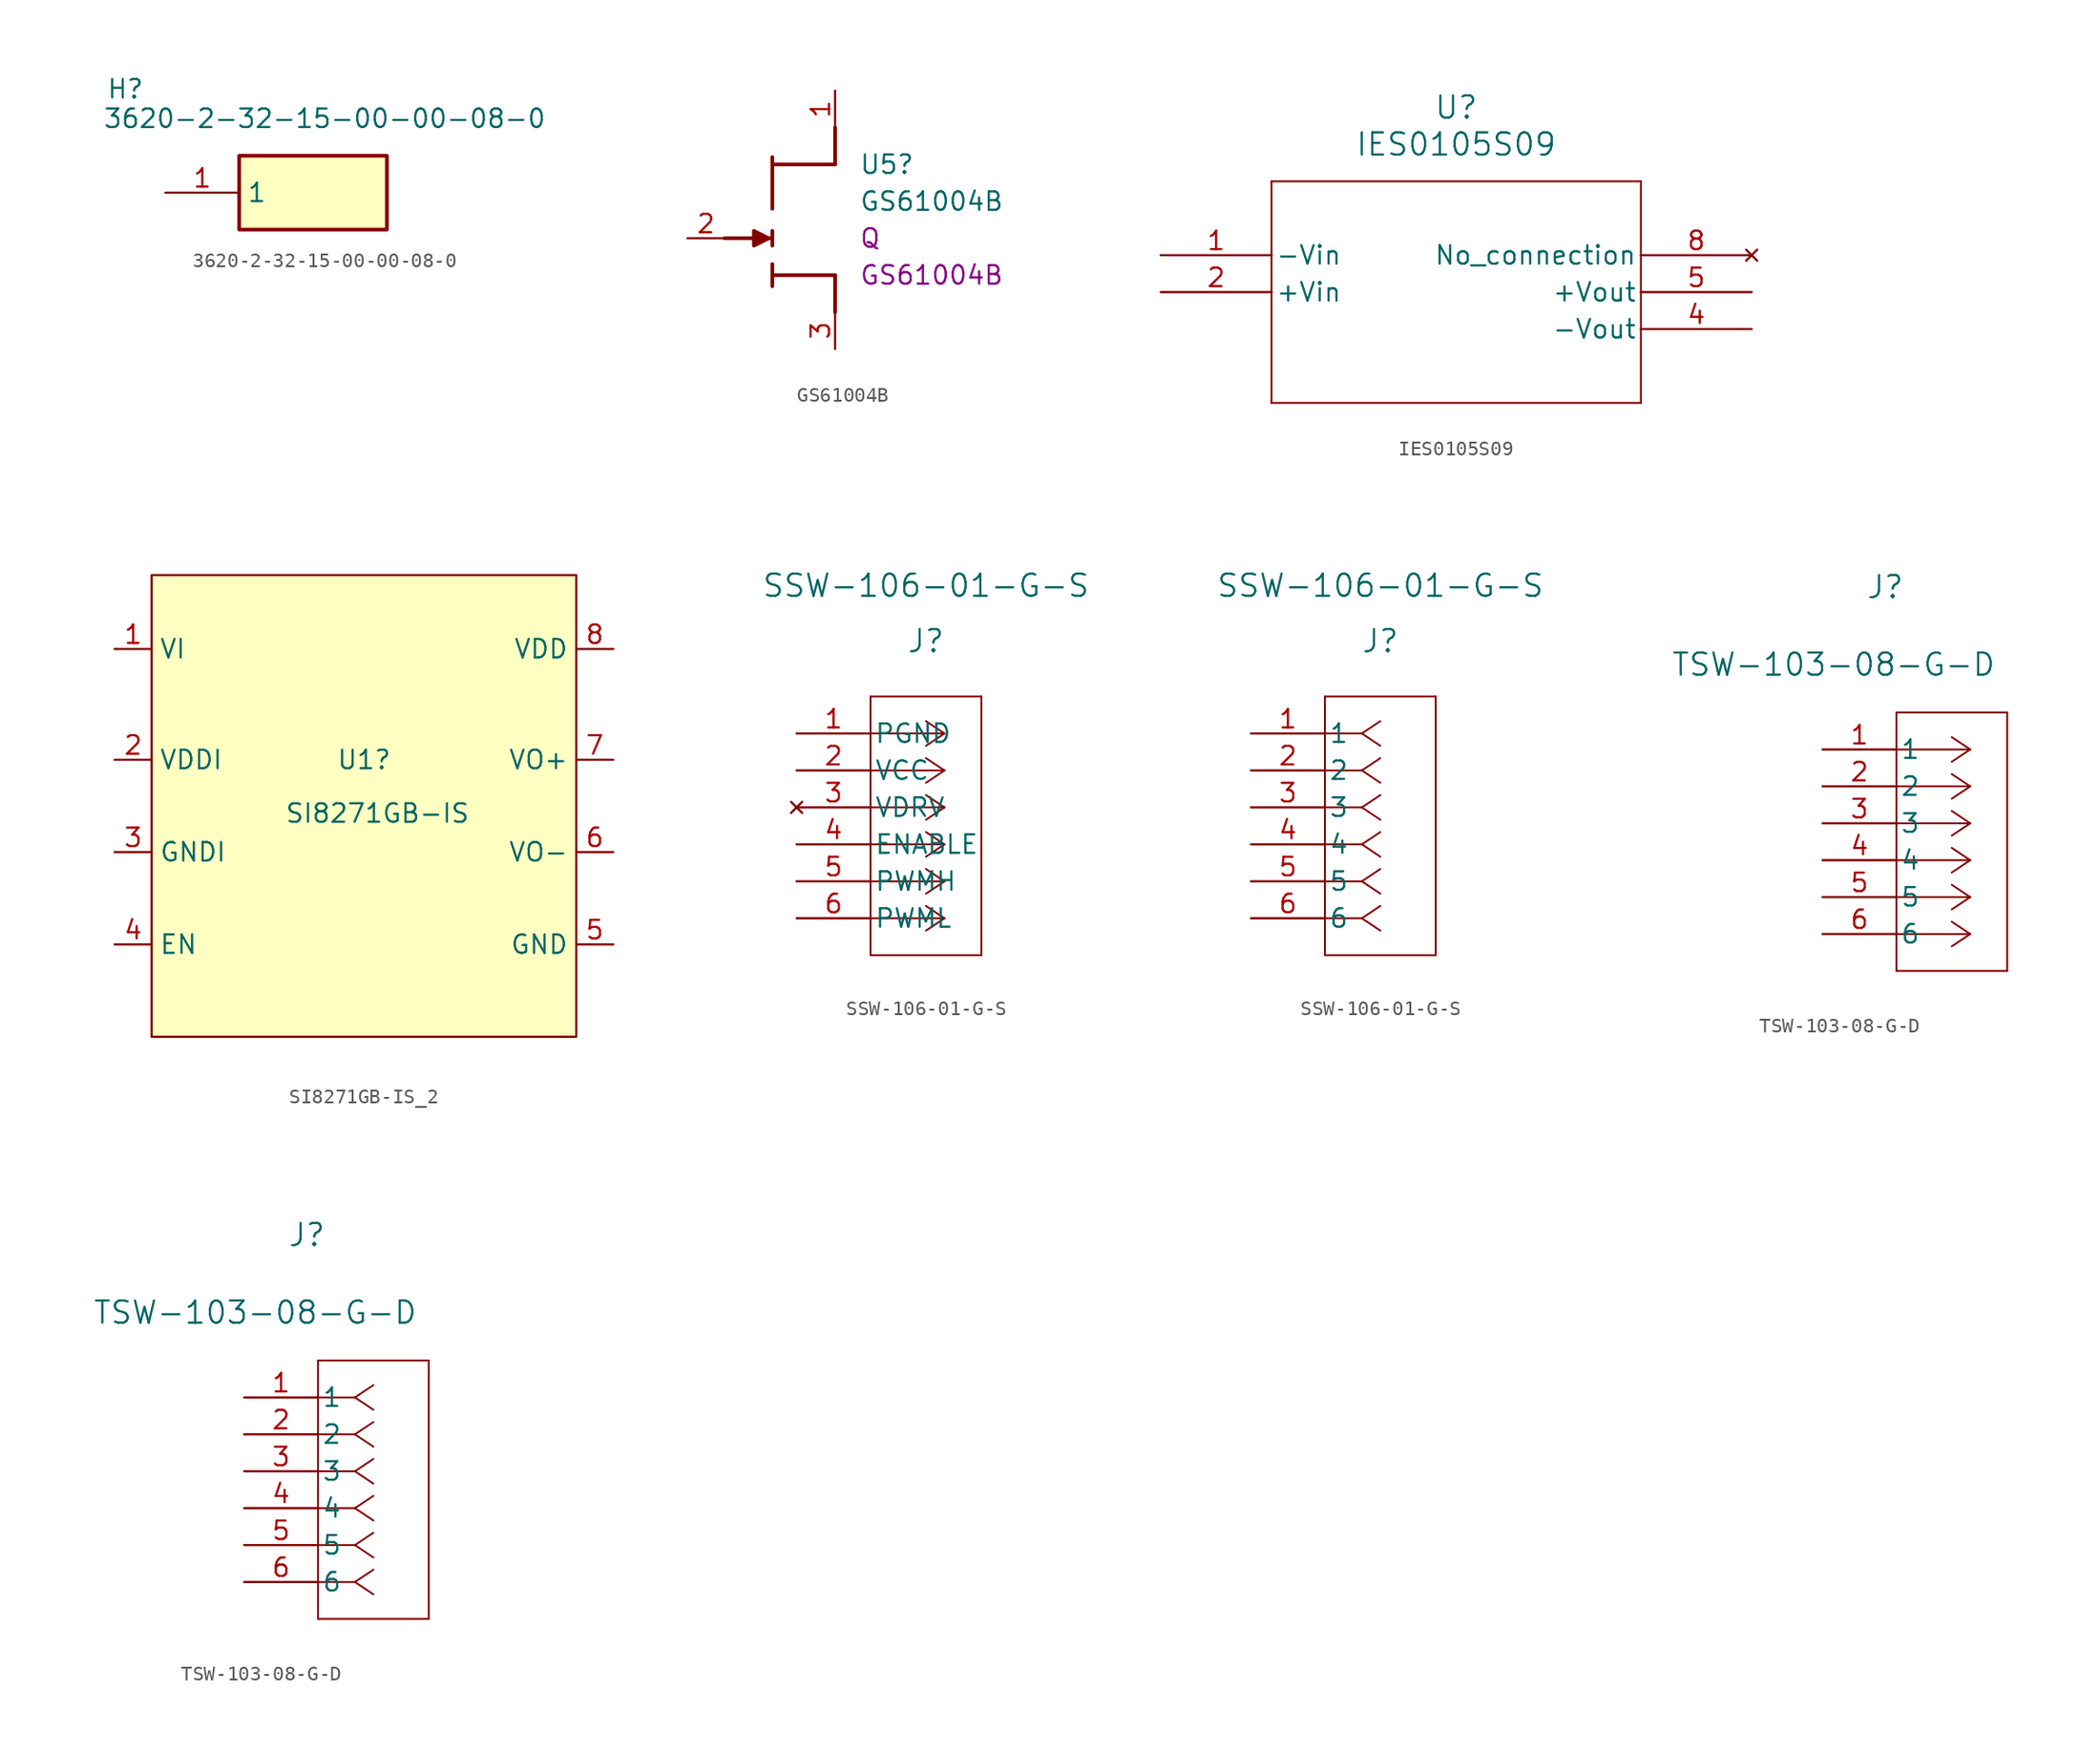
<source format=kicad_sym>
(kicad_symbol_lib
  (version 20231120)
  (generator "kicad_symbol_editor")
  (generator_version "8.0")
  (symbol "3620-2-32-15-00-00-08-0"
    (property "Reference" "H"
      (at -4.064 7.874 0)
      (effects (font (size 1.27 1.27)) (justify left top)))
    (property "Value" "3620-2-32-15-00-00-08-0"
      (at -4.318 5.842 0)
      (effects (font (size 1.27 1.27)) (justify left top)))
    (symbol "3620-2-32-15-00-00-08-0_1_1"
      (rectangle (start 5.08 2.54) (end 15.24 -2.54) (stroke (width 0.254) (type default)) (fill (type background)))
      (pin passive line (at 0 0 0) (length 5.08) (name "1" (effects (font (size 1.27 1.27)))) (number "1" (effects (font (size 1.27 1.27)))))))
  (symbol "GS61004B"
    (pin_names hide)
    (property "Reference" "U5"
      (at 9.271 5.08 0)
      (effects (font (size 1.27 1.27)) (justify left)))
    (property "Value" "GS61004B"
      (at 9.271 2.54 0)
      (effects (font (size 1.27 1.27)) (justify left)))
    (property "Reference_1" "Q"
      (at 9.271 0.0001 0)
      (effects (font (size 1.27 1.27)) (justify left)))
    (property "Value_1" "GS61004B"
      (at 9.271 -2.54 0)
      (effects (font (size 1.27 1.27)) (justify left)))
    (symbol "GS61004B_1_1"
      (polyline (pts (xy 0 0) (xy 3.302 0)) (stroke (width 0.254) (type default)) (fill (type none)))
      (polyline (pts (xy 3.302 -3.302) (xy 3.302 -1.778)) (stroke (width 0.254) (type default)) (fill (type none)))
      (polyline (pts (xy 3.302 -2.54) (xy 7.62 -2.54)) (stroke (width 0.254) (type default)) (fill (type none)))
      (polyline (pts (xy 3.302 -0.508) (xy 3.302 0.508)) (stroke (width 0.254) (type default)) (fill (type none)))
      (polyline (pts (xy 3.302 5.588) (xy 3.302 2.032)) (stroke (width 0.254) (type default)) (fill (type none)))
      (polyline (pts (xy 7.62 -2.54) (xy 7.62 -5.08)) (stroke (width 0.254) (type default)) (fill (type none)))
      (polyline (pts (xy 7.62 5.08) (xy 3.302 5.08)) (stroke (width 0.254) (type default)) (fill (type none)))
      (polyline (pts (xy 7.62 5.08) (xy 7.62 7.62)) (stroke (width 0.254) (type default)) (fill (type none)))
      (polyline (pts (xy 3.048 0) (xy 2.032 -0.508) (xy 2.032 0.508) (xy 3.048 0)) (stroke (width 0.254) (type default)) (fill (type outline)))
      (pin passive line (at 7.62 10.16 270) (length 2.54) (name "D" (effects (font (size 1.27 1.27)))) (number "1" (effects (font (size 1.27 1.27)))))
      (pin passive line (at -2.54 0 0) (length 2.54) (name "G" (effects (font (size 1.27 1.27)))) (number "2" (effects (font (size 1.27 1.27)))))
      (pin passive line (at 7.62 -7.62 90) (length 2.54) (name "S" (effects (font (size 1.27 1.27)))) (number "3" (effects (font (size 1.27 1.27)))))))
  (symbol "IES0105S09"
    (pin_names
      (offset 0.254))
    (property "Reference" "U"
      (at 20.32 10.16 0)
      (effects (font (size 1.524 1.524))))
    (property "Value" "IES0105S09"
      (at 20.32 7.62 0)
      (effects (font (size 1.524 1.524))))
    (property "ki_locked" ""
      (at 0 0 0)
      (effects (font (size 1.27 1.27))))
    (symbol "IES0105S09_0_1"
      (polyline (pts (xy 7.62 -10.16) (xy 33.02 -10.16)) (stroke (width 0.127) (type default)) (fill (type none)))
      (polyline (pts (xy 7.62 5.08) (xy 7.62 -10.16)) (stroke (width 0.127) (type default)) (fill (type none)))
      (polyline (pts (xy 33.02 -10.16) (xy 33.02 5.08)) (stroke (width 0.127) (type default)) (fill (type none)))
      (polyline (pts (xy 33.02 5.08) (xy 7.62 5.08)) (stroke (width 0.127) (type default)) (fill (type none))))
    (symbol "IES0105S09_1_1"
      (pin input line (at 0 0 0) (length 7.62) (name "-Vin" (effects (font (size 1.27 1.27)))) (number "1" (effects (font (size 1.27 1.27)))))
      (pin unspecified line (at 0 -2.54 0) (length 7.62) (name "+Vin" (effects (font (size 1.27 1.27)))) (number "2" (effects (font (size 1.27 1.27)))))
      (pin output line (at 40.64 -5.08 180) (length 7.62) (name "-Vout" (effects (font (size 1.27 1.27)))) (number "4" (effects (font (size 1.27 1.27)))))
      (pin output line (at 40.64 -2.54 180) (length 7.62) (name "+Vout" (effects (font (size 1.27 1.27)))) (number "5" (effects (font (size 1.27 1.27)))))
      (pin no_connect line (at 40.64 0 180) (length 7.62) (name "No_connection" (effects (font (size 1.27 1.27)))) (number "8" (effects (font (size 1.27 1.27)))))))
  (symbol "SI8271GB-IS_2"
    (property "Reference" "U1"
      (at -10.16 11.43 0)
      (effects (font (size 1.27 1.27)) (justify left)))
    (property "Value" "SI8271GB-IS"
      (at -13.716 7.747 0)
      (effects (font (size 1.27 1.27)) (justify left)))
    (symbol "SI8271GB-IS_2_0_1"
      (rectangle (start -22.86 24.13) (end 6.35 -7.62) (stroke (width 0) (type default)) (fill (type background))))
    (symbol "SI8271GB-IS_2_1_1"
      (pin input line (at -25.4 19.05 0) (length 2.54) (name "VI" (effects (font (size 1.27 1.27)))) (number "1" (effects (font (size 1.27 1.27)))))
      (pin input line (at -25.4 11.43 0) (length 2.54) (name "VDDI" (effects (font (size 1.27 1.27)))) (number "2" (effects (font (size 1.27 1.27)))))
      (pin input line (at -25.4 5.08 0) (length 2.54) (name "GNDI" (effects (font (size 1.27 1.27)))) (number "3" (effects (font (size 1.27 1.27)))))
      (pin input line (at -25.4 -1.27 0) (length 2.54) (name "EN" (effects (font (size 1.27 1.27)))) (number "4" (effects (font (size 1.27 1.27)))))
      (pin output line (at 8.89 -1.27 180) (length 2.54) (name "GND" (effects (font (size 1.27 1.27)))) (number "5" (effects (font (size 1.27 1.27)))))
      (pin output line (at 8.89 5.08 180) (length 2.54) (name "VO-" (effects (font (size 1.27 1.27)))) (number "6" (effects (font (size 1.27 1.27)))))
      (pin output line (at 8.89 11.43 180) (length 2.54) (name "VO+" (effects (font (size 1.27 1.27)))) (number "7" (effects (font (size 1.27 1.27)))))
      (pin output line (at 8.89 19.05 180) (length 2.54) (name "VDD" (effects (font (size 1.27 1.27)))) (number "8" (effects (font (size 1.27 1.27)))))))
  (symbol "SSW-106-01-G-S"
    (pin_names
      (offset 0.254))
    (property "Reference" "J"
      (at 8.89 6.35 0)
      (effects (font (size 1.524 1.524))))
    (property "Value" "SSW-106-01-G-S"
      (at 8.89 10.16 0)
      (effects (font (size 1.524 1.524))))
    (property "ki_locked" ""
      (at 0 0 0)
      (effects (font (size 1.27 1.27))))
    (symbol "SSW-106-01-G-S_1_1"
      (polyline (pts (xy 5.08 -15.24) (xy 12.7 -15.24)) (stroke (width 0.127) (type default)) (fill (type none)))
      (polyline (pts (xy 5.08 2.54) (xy 5.08 -15.24)) (stroke (width 0.127) (type default)) (fill (type none)))
      (polyline (pts (xy 10.16 -12.7) (xy 5.08 -12.7)) (stroke (width 0.127) (type default)) (fill (type none)))
      (polyline (pts (xy 10.16 -12.7) (xy 8.89 -13.547)) (stroke (width 0.127) (type default)) (fill (type none)))
      (polyline (pts (xy 10.16 -12.7) (xy 8.89 -11.853)) (stroke (width 0.127) (type default)) (fill (type none)))
      (polyline (pts (xy 10.16 -10.16) (xy 5.08 -10.16)) (stroke (width 0.127) (type default)) (fill (type none)))
      (polyline (pts (xy 10.16 -10.16) (xy 8.89 -11.007)) (stroke (width 0.127) (type default)) (fill (type none)))
      (polyline (pts (xy 10.16 -10.16) (xy 8.89 -9.313)) (stroke (width 0.127) (type default)) (fill (type none)))
      (polyline (pts (xy 10.16 -7.62) (xy 5.08 -7.62)) (stroke (width 0.127) (type default)) (fill (type none)))
      (polyline (pts (xy 10.16 -7.62) (xy 8.89 -8.467)) (stroke (width 0.127) (type default)) (fill (type none)))
      (polyline (pts (xy 10.16 -7.62) (xy 8.89 -6.773)) (stroke (width 0.127) (type default)) (fill (type none)))
      (polyline (pts (xy 10.16 -5.08) (xy 5.08 -5.08)) (stroke (width 0.127) (type default)) (fill (type none)))
      (polyline (pts (xy 10.16 -5.08) (xy 8.89 -5.927)) (stroke (width 0.127) (type default)) (fill (type none)))
      (polyline (pts (xy 10.16 -5.08) (xy 8.89 -4.233)) (stroke (width 0.127) (type default)) (fill (type none)))
      (polyline (pts (xy 10.16 -2.54) (xy 5.08 -2.54)) (stroke (width 0.127) (type default)) (fill (type none)))
      (polyline (pts (xy 10.16 -2.54) (xy 8.89 -3.387)) (stroke (width 0.127) (type default)) (fill (type none)))
      (polyline (pts (xy 10.16 -2.54) (xy 8.89 -1.693)) (stroke (width 0.127) (type default)) (fill (type none)))
      (polyline (pts (xy 10.16 0) (xy 5.08 0)) (stroke (width 0.127) (type default)) (fill (type none)))
      (polyline (pts (xy 10.16 0) (xy 8.89 -0.847)) (stroke (width 0.127) (type default)) (fill (type none)))
      (polyline (pts (xy 10.16 0) (xy 8.89 0.847)) (stroke (width 0.127) (type default)) (fill (type none)))
      (polyline (pts (xy 12.7 -15.24) (xy 12.7 2.54)) (stroke (width 0.127) (type default)) (fill (type none)))
      (polyline (pts (xy 12.7 2.54) (xy 5.08 2.54)) (stroke (width 0.127) (type default)) (fill (type none)))
      (pin input line (at 0 0 0) (length 5.08) (name "PGND" (effects (font (size 1.27 1.27)))) (number "1" (effects (font (size 1.27 1.27)))))
      (pin input line (at 0 -2.54 0) (length 5.08) (name "VCC" (effects (font (size 1.27 1.27)))) (number "2" (effects (font (size 1.27 1.27)))))
      (pin no_connect line (at 0 -5.08 0) (length 5.08) (name "VDRV" (effects (font (size 1.27 1.27)))) (number "3" (effects (font (size 1.27 1.27)))))
      (pin input line (at 0 -7.62 0) (length 5.08) (name "ENABLE" (effects (font (size 1.27 1.27)))) (number "4" (effects (font (size 1.27 1.27)))))
      (pin input line (at 0 -10.16 0) (length 5.08) (name "PWMH" (effects (font (size 1.27 1.27)))) (number "5" (effects (font (size 1.27 1.27)))))
      (pin input line (at 0 -12.7 0) (length 5.08) (name "PWML" (effects (font (size 1.27 1.27)))) (number "6" (effects (font (size 1.27 1.27))))))
    (symbol "SSW-106-01-G-S_1_2"
      (polyline (pts (xy 5.08 -15.24) (xy 12.7 -15.24)) (stroke (width 0.127) (type default)) (fill (type none)))
      (polyline (pts (xy 5.08 2.54) (xy 5.08 -15.24)) (stroke (width 0.127) (type default)) (fill (type none)))
      (polyline (pts (xy 7.62 -12.7) (xy 5.08 -12.7)) (stroke (width 0.127) (type default)) (fill (type none)))
      (polyline (pts (xy 7.62 -12.7) (xy 8.89 -13.547)) (stroke (width 0.127) (type default)) (fill (type none)))
      (polyline (pts (xy 7.62 -12.7) (xy 8.89 -11.853)) (stroke (width 0.127) (type default)) (fill (type none)))
      (polyline (pts (xy 7.62 -10.16) (xy 5.08 -10.16)) (stroke (width 0.127) (type default)) (fill (type none)))
      (polyline (pts (xy 7.62 -10.16) (xy 8.89 -11.007)) (stroke (width 0.127) (type default)) (fill (type none)))
      (polyline (pts (xy 7.62 -10.16) (xy 8.89 -9.313)) (stroke (width 0.127) (type default)) (fill (type none)))
      (polyline (pts (xy 7.62 -7.62) (xy 5.08 -7.62)) (stroke (width 0.127) (type default)) (fill (type none)))
      (polyline (pts (xy 7.62 -7.62) (xy 8.89 -8.467)) (stroke (width 0.127) (type default)) (fill (type none)))
      (polyline (pts (xy 7.62 -7.62) (xy 8.89 -6.773)) (stroke (width 0.127) (type default)) (fill (type none)))
      (polyline (pts (xy 7.62 -5.08) (xy 5.08 -5.08)) (stroke (width 0.127) (type default)) (fill (type none)))
      (polyline (pts (xy 7.62 -5.08) (xy 8.89 -5.927)) (stroke (width 0.127) (type default)) (fill (type none)))
      (polyline (pts (xy 7.62 -5.08) (xy 8.89 -4.233)) (stroke (width 0.127) (type default)) (fill (type none)))
      (polyline (pts (xy 7.62 -2.54) (xy 5.08 -2.54)) (stroke (width 0.127) (type default)) (fill (type none)))
      (polyline (pts (xy 7.62 -2.54) (xy 8.89 -3.387)) (stroke (width 0.127) (type default)) (fill (type none)))
      (polyline (pts (xy 7.62 -2.54) (xy 8.89 -1.693)) (stroke (width 0.127) (type default)) (fill (type none)))
      (polyline (pts (xy 7.62 0) (xy 5.08 0)) (stroke (width 0.127) (type default)) (fill (type none)))
      (polyline (pts (xy 7.62 0) (xy 8.89 -0.847)) (stroke (width 0.127) (type default)) (fill (type none)))
      (polyline (pts (xy 7.62 0) (xy 8.89 0.847)) (stroke (width 0.127) (type default)) (fill (type none)))
      (polyline (pts (xy 12.7 -15.24) (xy 12.7 2.54)) (stroke (width 0.127) (type default)) (fill (type none)))
      (polyline (pts (xy 12.7 2.54) (xy 5.08 2.54)) (stroke (width 0.127) (type default)) (fill (type none)))
      (pin unspecified line (at 0 0 0) (length 5.08) (name "1" (effects (font (size 1.27 1.27)))) (number "1" (effects (font (size 1.27 1.27)))))
      (pin unspecified line (at 0 -2.54 0) (length 5.08) (name "2" (effects (font (size 1.27 1.27)))) (number "2" (effects (font (size 1.27 1.27)))))
      (pin unspecified line (at 0 -5.08 0) (length 5.08) (name "3" (effects (font (size 1.27 1.27)))) (number "3" (effects (font (size 1.27 1.27)))))
      (pin unspecified line (at 0 -7.62 0) (length 5.08) (name "4" (effects (font (size 1.27 1.27)))) (number "4" (effects (font (size 1.27 1.27)))))
      (pin unspecified line (at 0 -10.16 0) (length 5.08) (name "5" (effects (font (size 1.27 1.27)))) (number "5" (effects (font (size 1.27 1.27)))))
      (pin unspecified line (at 0 -12.7 0) (length 5.08) (name "6" (effects (font (size 1.27 1.27)))) (number "6" (effects (font (size 1.27 1.27)))))))
  (symbol "TSW-103-08-G-D"
    (pin_names
      (offset 0.254))
    (property "Reference" "J"
      (at 4.318 11.176 0)
      (effects (font (size 1.524 1.524))))
    (property "Value" "TSW-103-08-G-D"
      (at 0.762 5.842 0)
      (effects (font (size 1.524 1.524))))
    (property "ki_locked" ""
      (at 0 0 0)
      (effects (font (size 1.27 1.27))))
    (symbol "TSW-103-08-G-D_1_1"
      (polyline (pts (xy 5.08 -15.24) (xy 12.7 -15.24)) (stroke (width 0.127) (type default)) (fill (type none)))
      (polyline (pts (xy 5.08 2.54) (xy 5.08 -15.24)) (stroke (width 0.127) (type default)) (fill (type none)))
      (polyline (pts (xy 10.16 -12.7) (xy 5.08 -12.7)) (stroke (width 0.127) (type default)) (fill (type none)))
      (polyline (pts (xy 10.16 -12.7) (xy 8.89 -13.547)) (stroke (width 0.127) (type default)) (fill (type none)))
      (polyline (pts (xy 10.16 -12.7) (xy 8.89 -11.853)) (stroke (width 0.127) (type default)) (fill (type none)))
      (polyline (pts (xy 10.16 -10.16) (xy 5.08 -10.16)) (stroke (width 0.127) (type default)) (fill (type none)))
      (polyline (pts (xy 10.16 -10.16) (xy 8.89 -11.007)) (stroke (width 0.127) (type default)) (fill (type none)))
      (polyline (pts (xy 10.16 -10.16) (xy 8.89 -9.313)) (stroke (width 0.127) (type default)) (fill (type none)))
      (polyline (pts (xy 10.16 -7.62) (xy 5.08 -7.62)) (stroke (width 0.127) (type default)) (fill (type none)))
      (polyline (pts (xy 10.16 -7.62) (xy 8.89 -8.467)) (stroke (width 0.127) (type default)) (fill (type none)))
      (polyline (pts (xy 10.16 -7.62) (xy 8.89 -6.773)) (stroke (width 0.127) (type default)) (fill (type none)))
      (polyline (pts (xy 10.16 -5.08) (xy 5.08 -5.08)) (stroke (width 0.127) (type default)) (fill (type none)))
      (polyline (pts (xy 10.16 -5.08) (xy 8.89 -5.927)) (stroke (width 0.127) (type default)) (fill (type none)))
      (polyline (pts (xy 10.16 -5.08) (xy 8.89 -4.233)) (stroke (width 0.127) (type default)) (fill (type none)))
      (polyline (pts (xy 10.16 -2.54) (xy 5.08 -2.54)) (stroke (width 0.127) (type default)) (fill (type none)))
      (polyline (pts (xy 10.16 -2.54) (xy 8.89 -3.387)) (stroke (width 0.127) (type default)) (fill (type none)))
      (polyline (pts (xy 10.16 -2.54) (xy 8.89 -1.693)) (stroke (width 0.127) (type default)) (fill (type none)))
      (polyline (pts (xy 10.16 0) (xy 5.08 0)) (stroke (width 0.127) (type default)) (fill (type none)))
      (polyline (pts (xy 10.16 0) (xy 8.89 -0.847)) (stroke (width 0.127) (type default)) (fill (type none)))
      (polyline (pts (xy 10.16 0) (xy 8.89 0.847)) (stroke (width 0.127) (type default)) (fill (type none)))
      (polyline (pts (xy 12.7 -15.24) (xy 12.7 2.54)) (stroke (width 0.127) (type default)) (fill (type none)))
      (polyline (pts (xy 12.7 2.54) (xy 5.08 2.54)) (stroke (width 0.127) (type default)) (fill (type none)))
      (pin unspecified line (at 0 0 0) (length 5.08) (name "1" (effects (font (size 1.27 1.27)))) (number "1" (effects (font (size 1.27 1.27)))))
      (pin unspecified line (at 0 -2.54 0) (length 5.08) (name "2" (effects (font (size 1.27 1.27)))) (number "2" (effects (font (size 1.27 1.27)))))
      (pin unspecified line (at 0 -5.08 0) (length 5.08) (name "3" (effects (font (size 1.27 1.27)))) (number "3" (effects (font (size 1.27 1.27)))))
      (pin unspecified line (at 0 -7.62 0) (length 5.08) (name "4" (effects (font (size 1.27 1.27)))) (number "4" (effects (font (size 1.27 1.27)))))
      (pin unspecified line (at 0 -10.16 0) (length 5.08) (name "5" (effects (font (size 1.27 1.27)))) (number "5" (effects (font (size 1.27 1.27)))))
      (pin unspecified line (at 0 -12.7 0) (length 5.08) (name "6" (effects (font (size 1.27 1.27)))) (number "6" (effects (font (size 1.27 1.27))))))
    (symbol "TSW-103-08-G-D_1_2"
      (polyline (pts (xy 5.08 -15.24) (xy 12.7 -15.24)) (stroke (width 0.127) (type default)) (fill (type none)))
      (polyline (pts (xy 5.08 2.54) (xy 5.08 -15.24)) (stroke (width 0.127) (type default)) (fill (type none)))
      (polyline (pts (xy 7.62 -12.7) (xy 5.08 -12.7)) (stroke (width 0.127) (type default)) (fill (type none)))
      (polyline (pts (xy 7.62 -12.7) (xy 8.89 -13.547)) (stroke (width 0.127) (type default)) (fill (type none)))
      (polyline (pts (xy 7.62 -12.7) (xy 8.89 -11.853)) (stroke (width 0.127) (type default)) (fill (type none)))
      (polyline (pts (xy 7.62 -10.16) (xy 5.08 -10.16)) (stroke (width 0.127) (type default)) (fill (type none)))
      (polyline (pts (xy 7.62 -10.16) (xy 8.89 -11.007)) (stroke (width 0.127) (type default)) (fill (type none)))
      (polyline (pts (xy 7.62 -10.16) (xy 8.89 -9.313)) (stroke (width 0.127) (type default)) (fill (type none)))
      (polyline (pts (xy 7.62 -7.62) (xy 5.08 -7.62)) (stroke (width 0.127) (type default)) (fill (type none)))
      (polyline (pts (xy 7.62 -7.62) (xy 8.89 -8.467)) (stroke (width 0.127) (type default)) (fill (type none)))
      (polyline (pts (xy 7.62 -7.62) (xy 8.89 -6.773)) (stroke (width 0.127) (type default)) (fill (type none)))
      (polyline (pts (xy 7.62 -5.08) (xy 5.08 -5.08)) (stroke (width 0.127) (type default)) (fill (type none)))
      (polyline (pts (xy 7.62 -5.08) (xy 8.89 -5.927)) (stroke (width 0.127) (type default)) (fill (type none)))
      (polyline (pts (xy 7.62 -5.08) (xy 8.89 -4.233)) (stroke (width 0.127) (type default)) (fill (type none)))
      (polyline (pts (xy 7.62 -2.54) (xy 5.08 -2.54)) (stroke (width 0.127) (type default)) (fill (type none)))
      (polyline (pts (xy 7.62 -2.54) (xy 8.89 -3.387)) (stroke (width 0.127) (type default)) (fill (type none)))
      (polyline (pts (xy 7.62 -2.54) (xy 8.89 -1.693)) (stroke (width 0.127) (type default)) (fill (type none)))
      (polyline (pts (xy 7.62 0) (xy 5.08 0)) (stroke (width 0.127) (type default)) (fill (type none)))
      (polyline (pts (xy 7.62 0) (xy 8.89 -0.847)) (stroke (width 0.127) (type default)) (fill (type none)))
      (polyline (pts (xy 7.62 0) (xy 8.89 0.847)) (stroke (width 0.127) (type default)) (fill (type none)))
      (polyline (pts (xy 12.7 -15.24) (xy 12.7 2.54)) (stroke (width 0.127) (type default)) (fill (type none)))
      (polyline (pts (xy 12.7 2.54) (xy 5.08 2.54)) (stroke (width 0.127) (type default)) (fill (type none)))
      (pin unspecified line (at 0 0 0) (length 5.08) (name "1" (effects (font (size 1.27 1.27)))) (number "1" (effects (font (size 1.27 1.27)))))
      (pin unspecified line (at 0 -2.54 0) (length 5.08) (name "2" (effects (font (size 1.27 1.27)))) (number "2" (effects (font (size 1.27 1.27)))))
      (pin unspecified line (at 0 -5.08 0) (length 5.08) (name "3" (effects (font (size 1.27 1.27)))) (number "3" (effects (font (size 1.27 1.27)))))
      (pin unspecified line (at 0 -7.62 0) (length 5.08) (name "4" (effects (font (size 1.27 1.27)))) (number "4" (effects (font (size 1.27 1.27)))))
      (pin unspecified line (at 0 -10.16 0) (length 5.08) (name "5" (effects (font (size 1.27 1.27)))) (number "5" (effects (font (size 1.27 1.27)))))
      (pin unspecified line (at 0 -12.7 0) (length 5.08) (name "6" (effects (font (size 1.27 1.27)))) (number "6" (effects (font (size 1.27 1.27))))))))
</source>
